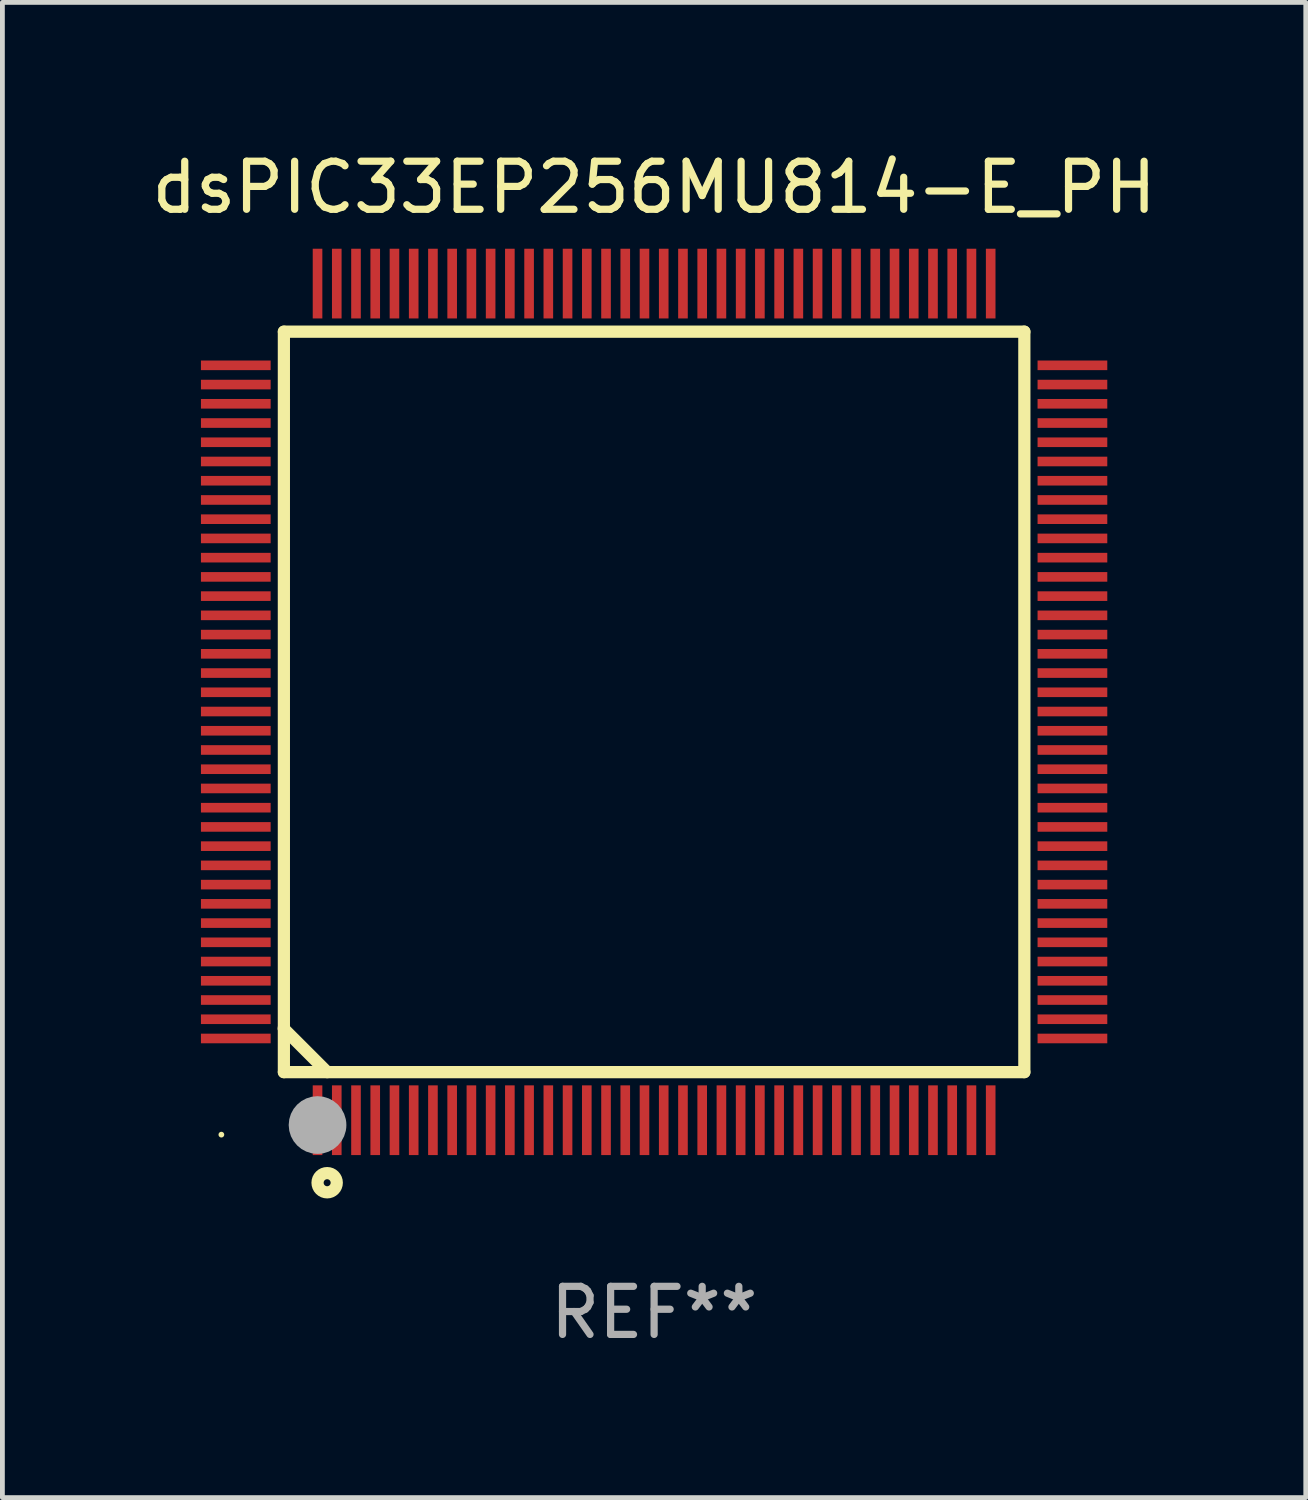
<source format=kicad_pcb>
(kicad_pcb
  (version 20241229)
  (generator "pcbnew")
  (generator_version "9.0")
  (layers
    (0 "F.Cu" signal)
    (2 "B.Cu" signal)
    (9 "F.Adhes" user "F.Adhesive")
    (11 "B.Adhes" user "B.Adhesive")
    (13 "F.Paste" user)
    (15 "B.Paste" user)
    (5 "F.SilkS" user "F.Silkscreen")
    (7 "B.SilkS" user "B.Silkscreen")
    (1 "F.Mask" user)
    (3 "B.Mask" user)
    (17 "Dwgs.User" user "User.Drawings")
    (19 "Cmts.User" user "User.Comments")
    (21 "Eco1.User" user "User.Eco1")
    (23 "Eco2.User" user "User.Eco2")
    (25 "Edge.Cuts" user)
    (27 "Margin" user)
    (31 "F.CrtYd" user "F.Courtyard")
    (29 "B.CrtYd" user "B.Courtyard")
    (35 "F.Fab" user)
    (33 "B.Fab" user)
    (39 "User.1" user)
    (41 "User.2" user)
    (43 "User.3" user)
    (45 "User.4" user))
  (footprint "dsPIC33EP256MU814-E_PH"
    (layer "F.Cu")
    (at 10.554 11.548)
    (property "Reference" "dsPIC33EP256MU814-E_PH" (at 0 -10.7 0) (layer "F.SilkS") (effects (font (size 1 1) (thickness 0.15))))
    (attr through_hole)
    (fp_line (start -7.7 -7.7) (end -7.7 7.7) (stroke (width 0.254) (type solid)) (layer "F.SilkS"))
    (fp_line (start -7.7 -7.7) (end 7.7 -7.7) (stroke (width 0.254) (type solid)) (layer "F.SilkS"))
    (fp_line (start -7.7 6.774) (end -7.7 6.798) (stroke (width 0.254) (type solid)) (layer "F.SilkS"))
    (fp_line (start -7.7 6.798) (end -6.798 7.7) (stroke (width 0.254) (type solid)) (layer "F.SilkS"))
    (fp_line (start -7.7 7.7) (end 7.7 7.7) (stroke (width 0.254) (type solid)) (layer "F.SilkS"))
    (fp_line (start 7.7 7.7) (end 7.7 -7.7) (stroke (width 0.254) (type solid)) (layer "F.SilkS"))
    (fp_circle (center -9 9) (end -8.97 9) (stroke (width 0.06) (type solid)) (fill no) (layer "F.SilkS"))
    (fp_circle (center -6.8 10) (end -6.6 10) (stroke (width 0.254) (type solid)) (fill no) (layer "F.SilkS"))
    (fp_circle (center -7 8.8) (end -6.7 8.8) (stroke (width 0.6) (type solid)) (fill no) (layer "F.Fab"))
    (fp_text user "REF**" (at 0 12.7 0) (layer "F.Fab") (effects (font (size 1 1) (thickness 0.15))))
    (pad "1" smd rect (at -7 8.7) (size 0.2 1.45) (layers "F.Cu" "F.Mask" "F.Paste"))
    (pad "2" smd rect (at -6.6 8.7) (size 0.2 1.45) (layers "F.Cu" "F.Mask" "F.Paste"))
    (pad "3" smd rect (at -6.2 8.7) (size 0.2 1.45) (layers "F.Cu" "F.Mask" "F.Paste"))
    (pad "4" smd rect (at -5.8 8.7) (size 0.2 1.45) (layers "F.Cu" "F.Mask" "F.Paste"))
    (pad "5" smd rect (at -5.4 8.7) (size 0.2 1.45) (layers "F.Cu" "F.Mask" "F.Paste"))
    (pad "6" smd rect (at -5 8.7) (size 0.2 1.45) (layers "F.Cu" "F.Mask" "F.Paste"))
    (pad "7" smd rect (at -4.6 8.7) (size 0.2 1.45) (layers "F.Cu" "F.Mask" "F.Paste"))
    (pad "8" smd rect (at -4.2 8.7) (size 0.2 1.45) (layers "F.Cu" "F.Mask" "F.Paste"))
    (pad "9" smd rect (at -3.8 8.7) (size 0.2 1.45) (layers "F.Cu" "F.Mask" "F.Paste"))
    (pad "10" smd rect (at -3.4 8.7) (size 0.2 1.45) (layers "F.Cu" "F.Mask" "F.Paste"))
    (pad "11" smd rect (at -3 8.7) (size 0.2 1.45) (layers "F.Cu" "F.Mask" "F.Paste"))
    (pad "12" smd rect (at -2.6 8.7) (size 0.2 1.45) (layers "F.Cu" "F.Mask" "F.Paste"))
    (pad "13" smd rect (at -2.2 8.7) (size 0.2 1.45) (layers "F.Cu" "F.Mask" "F.Paste"))
    (pad "14" smd rect (at -1.8 8.7) (size 0.2 1.45) (layers "F.Cu" "F.Mask" "F.Paste"))
    (pad "15" smd rect (at -1.4 8.7) (size 0.2 1.45) (layers "F.Cu" "F.Mask" "F.Paste"))
    (pad "16" smd rect (at -1 8.7) (size 0.2 1.45) (layers "F.Cu" "F.Mask" "F.Paste"))
    (pad "17" smd rect (at -0.6 8.7) (size 0.2 1.45) (layers "F.Cu" "F.Mask" "F.Paste"))
    (pad "18" smd rect (at -0.2 8.7) (size 0.2 1.45) (layers "F.Cu" "F.Mask" "F.Paste"))
    (pad "19" smd rect (at 0.2 8.7) (size 0.2 1.45) (layers "F.Cu" "F.Mask" "F.Paste"))
    (pad "20" smd rect (at 0.6 8.7) (size 0.2 1.45) (layers "F.Cu" "F.Mask" "F.Paste"))
    (pad "21" smd rect (at 1 8.7) (size 0.2 1.45) (layers "F.Cu" "F.Mask" "F.Paste"))
    (pad "22" smd rect (at 1.4 8.7) (size 0.2 1.45) (layers "F.Cu" "F.Mask" "F.Paste"))
    (pad "23" smd rect (at 1.8 8.7) (size 0.2 1.45) (layers "F.Cu" "F.Mask" "F.Paste"))
    (pad "24" smd rect (at 2.2 8.7) (size 0.2 1.45) (layers "F.Cu" "F.Mask" "F.Paste"))
    (pad "25" smd rect (at 2.6 8.7) (size 0.2 1.45) (layers "F.Cu" "F.Mask" "F.Paste"))
    (pad "26" smd rect (at 3 8.7) (size 0.2 1.45) (layers "F.Cu" "F.Mask" "F.Paste"))
    (pad "27" smd rect (at 3.4 8.7) (size 0.2 1.45) (layers "F.Cu" "F.Mask" "F.Paste"))
    (pad "28" smd rect (at 3.8 8.7) (size 0.2 1.45) (layers "F.Cu" "F.Mask" "F.Paste"))
    (pad "29" smd rect (at 4.2 8.7) (size 0.2 1.45) (layers "F.Cu" "F.Mask" "F.Paste"))
    (pad "30" smd rect (at 4.6 8.7) (size 0.2 1.45) (layers "F.Cu" "F.Mask" "F.Paste"))
    (pad "31" smd rect (at 5 8.7) (size 0.2 1.45) (layers "F.Cu" "F.Mask" "F.Paste"))
    (pad "32" smd rect (at 5.4 8.7) (size 0.2 1.45) (layers "F.Cu" "F.Mask" "F.Paste"))
    (pad "33" smd rect (at 5.8 8.7) (size 0.2 1.45) (layers "F.Cu" "F.Mask" "F.Paste"))
    (pad "34" smd rect (at 6.2 8.7) (size 0.2 1.45) (layers "F.Cu" "F.Mask" "F.Paste"))
    (pad "35" smd rect (at 6.6 8.7) (size 0.2 1.45) (layers "F.Cu" "F.Mask" "F.Paste"))
    (pad "36" smd rect (at 7 8.7) (size 0.2 1.45) (layers "F.Cu" "F.Mask" "F.Paste"))
    (pad "37" smd rect (at 8.7 7) (size 1.45 0.2) (layers "F.Cu" "F.Mask" "F.Paste"))
    (pad "38" smd rect (at 8.7 6.6) (size 1.45 0.2) (layers "F.Cu" "F.Mask" "F.Paste"))
    (pad "39" smd rect (at 8.7 6.2) (size 1.45 0.2) (layers "F.Cu" "F.Mask" "F.Paste"))
    (pad "40" smd rect (at 8.7 5.8) (size 1.45 0.2) (layers "F.Cu" "F.Mask" "F.Paste"))
    (pad "41" smd rect (at 8.7 5.4) (size 1.45 0.2) (layers "F.Cu" "F.Mask" "F.Paste"))
    (pad "42" smd rect (at 8.7 5) (size 1.45 0.2) (layers "F.Cu" "F.Mask" "F.Paste"))
    (pad "43" smd rect (at 8.7 4.6) (size 1.45 0.2) (layers "F.Cu" "F.Mask" "F.Paste"))
    (pad "44" smd rect (at 8.7 4.2) (size 1.45 0.2) (layers "F.Cu" "F.Mask" "F.Paste"))
    (pad "45" smd rect (at 8.7 3.8) (size 1.45 0.2) (layers "F.Cu" "F.Mask" "F.Paste"))
    (pad "46" smd rect (at 8.7 3.4) (size 1.45 0.2) (layers "F.Cu" "F.Mask" "F.Paste"))
    (pad "47" smd rect (at 8.7 3) (size 1.45 0.2) (layers "F.Cu" "F.Mask" "F.Paste"))
    (pad "48" smd rect (at 8.7 2.6) (size 1.45 0.2) (layers "F.Cu" "F.Mask" "F.Paste"))
    (pad "49" smd rect (at 8.7 2.2) (size 1.45 0.2) (layers "F.Cu" "F.Mask" "F.Paste"))
    (pad "50" smd rect (at 8.7 1.8) (size 1.45 0.2) (layers "F.Cu" "F.Mask" "F.Paste"))
    (pad "51" smd rect (at 8.7 1.4) (size 1.45 0.2) (layers "F.Cu" "F.Mask" "F.Paste"))
    (pad "52" smd rect (at 8.7 1) (size 1.45 0.2) (layers "F.Cu" "F.Mask" "F.Paste"))
    (pad "53" smd rect (at 8.7 0.6) (size 1.45 0.2) (layers "F.Cu" "F.Mask" "F.Paste"))
    (pad "54" smd rect (at 8.7 0.2) (size 1.45 0.2) (layers "F.Cu" "F.Mask" "F.Paste"))
    (pad "55" smd rect (at 8.7 -0.2) (size 1.45 0.2) (layers "F.Cu" "F.Mask" "F.Paste"))
    (pad "56" smd rect (at 8.7 -0.6) (size 1.45 0.2) (layers "F.Cu" "F.Mask" "F.Paste"))
    (pad "57" smd rect (at 8.7 -1) (size 1.45 0.2) (layers "F.Cu" "F.Mask" "F.Paste"))
    (pad "58" smd rect (at 8.7 -1.4) (size 1.45 0.2) (layers "F.Cu" "F.Mask" "F.Paste"))
    (pad "59" smd rect (at 8.7 -1.8) (size 1.45 0.2) (layers "F.Cu" "F.Mask" "F.Paste"))
    (pad "60" smd rect (at 8.7 -2.2) (size 1.45 0.2) (layers "F.Cu" "F.Mask" "F.Paste"))
    (pad "61" smd rect (at 8.7 -2.6) (size 1.45 0.2) (layers "F.Cu" "F.Mask" "F.Paste"))
    (pad "62" smd rect (at 8.7 -3) (size 1.45 0.2) (layers "F.Cu" "F.Mask" "F.Paste"))
    (pad "63" smd rect (at 8.7 -3.4) (size 1.45 0.2) (layers "F.Cu" "F.Mask" "F.Paste"))
    (pad "64" smd rect (at 8.7 -3.8) (size 1.45 0.2) (layers "F.Cu" "F.Mask" "F.Paste"))
    (pad "65" smd rect (at 8.7 -4.2) (size 1.45 0.2) (layers "F.Cu" "F.Mask" "F.Paste"))
    (pad "66" smd rect (at 8.7 -4.6) (size 1.45 0.2) (layers "F.Cu" "F.Mask" "F.Paste"))
    (pad "67" smd rect (at 8.7 -5) (size 1.45 0.2) (layers "F.Cu" "F.Mask" "F.Paste"))
    (pad "68" smd rect (at 8.7 -5.4) (size 1.45 0.2) (layers "F.Cu" "F.Mask" "F.Paste"))
    (pad "69" smd rect (at 8.7 -5.8) (size 1.45 0.2) (layers "F.Cu" "F.Mask" "F.Paste"))
    (pad "70" smd rect (at 8.7 -6.2) (size 1.45 0.2) (layers "F.Cu" "F.Mask" "F.Paste"))
    (pad "71" smd rect (at 8.7 -6.6) (size 1.45 0.2) (layers "F.Cu" "F.Mask" "F.Paste"))
    (pad "72" smd rect (at 8.7 -7) (size 1.45 0.2) (layers "F.Cu" "F.Mask" "F.Paste"))
    (pad "73" smd rect (at 7 -8.7) (size 0.2 1.45) (layers "F.Cu" "F.Mask" "F.Paste"))
    (pad "74" smd rect (at 6.6 -8.7) (size 0.2 1.45) (layers "F.Cu" "F.Mask" "F.Paste"))
    (pad "75" smd rect (at 6.2 -8.7) (size 0.2 1.45) (layers "F.Cu" "F.Mask" "F.Paste"))
    (pad "76" smd rect (at 5.8 -8.7) (size 0.2 1.45) (layers "F.Cu" "F.Mask" "F.Paste"))
    (pad "77" smd rect (at 5.4 -8.7) (size 0.2 1.45) (layers "F.Cu" "F.Mask" "F.Paste"))
    (pad "78" smd rect (at 5 -8.7) (size 0.2 1.45) (layers "F.Cu" "F.Mask" "F.Paste"))
    (pad "79" smd rect (at 4.6 -8.7) (size 0.2 1.45) (layers "F.Cu" "F.Mask" "F.Paste"))
    (pad "80" smd rect (at 4.2 -8.7) (size 0.2 1.45) (layers "F.Cu" "F.Mask" "F.Paste"))
    (pad "81" smd rect (at 3.8 -8.7) (size 0.2 1.45) (layers "F.Cu" "F.Mask" "F.Paste"))
    (pad "82" smd rect (at 3.4 -8.7) (size 0.2 1.45) (layers "F.Cu" "F.Mask" "F.Paste"))
    (pad "83" smd rect (at 3 -8.7) (size 0.2 1.45) (layers "F.Cu" "F.Mask" "F.Paste"))
    (pad "84" smd rect (at 2.6 -8.7) (size 0.2 1.45) (layers "F.Cu" "F.Mask" "F.Paste"))
    (pad "85" smd rect (at 2.2 -8.7) (size 0.2 1.45) (layers "F.Cu" "F.Mask" "F.Paste"))
    (pad "86" smd rect (at 1.8 -8.7) (size 0.2 1.45) (layers "F.Cu" "F.Mask" "F.Paste"))
    (pad "87" smd rect (at 1.4 -8.7) (size 0.2 1.45) (layers "F.Cu" "F.Mask" "F.Paste"))
    (pad "88" smd rect (at 1 -8.7) (size 0.2 1.45) (layers "F.Cu" "F.Mask" "F.Paste"))
    (pad "89" smd rect (at 0.6 -8.7) (size 0.2 1.45) (layers "F.Cu" "F.Mask" "F.Paste"))
    (pad "90" smd rect (at 0.2 -8.7) (size 0.2 1.45) (layers "F.Cu" "F.Mask" "F.Paste"))
    (pad "91" smd rect (at -0.2 -8.7) (size 0.2 1.45) (layers "F.Cu" "F.Mask" "F.Paste"))
    (pad "92" smd rect (at -0.6 -8.7) (size 0.2 1.45) (layers "F.Cu" "F.Mask" "F.Paste"))
    (pad "93" smd rect (at -1 -8.7) (size 0.2 1.45) (layers "F.Cu" "F.Mask" "F.Paste"))
    (pad "94" smd rect (at -1.4 -8.7) (size 0.2 1.45) (layers "F.Cu" "F.Mask" "F.Paste"))
    (pad "95" smd rect (at -1.8 -8.7) (size 0.2 1.45) (layers "F.Cu" "F.Mask" "F.Paste"))
    (pad "96" smd rect (at -2.2 -8.7) (size 0.2 1.45) (layers "F.Cu" "F.Mask" "F.Paste"))
    (pad "97" smd rect (at -2.6 -8.7) (size 0.2 1.45) (layers "F.Cu" "F.Mask" "F.Paste"))
    (pad "98" smd rect (at -3 -8.7) (size 0.2 1.45) (layers "F.Cu" "F.Mask" "F.Paste"))
    (pad "99" smd rect (at -3.4 -8.7) (size 0.2 1.45) (layers "F.Cu" "F.Mask" "F.Paste"))
    (pad "100" smd rect (at -3.8 -8.7) (size 0.2 1.45) (layers "F.Cu" "F.Mask" "F.Paste"))
    (pad "101" smd rect (at -4.2 -8.7) (size 0.2 1.45) (layers "F.Cu" "F.Mask" "F.Paste"))
    (pad "102" smd rect (at -4.6 -8.7) (size 0.2 1.45) (layers "F.Cu" "F.Mask" "F.Paste"))
    (pad "103" smd rect (at -5 -8.7) (size 0.2 1.45) (layers "F.Cu" "F.Mask" "F.Paste"))
    (pad "104" smd rect (at -5.4 -8.7) (size 0.2 1.45) (layers "F.Cu" "F.Mask" "F.Paste"))
    (pad "105" smd rect (at -5.8 -8.7) (size 0.2 1.45) (layers "F.Cu" "F.Mask" "F.Paste"))
    (pad "106" smd rect (at -6.2 -8.7) (size 0.2 1.45) (layers "F.Cu" "F.Mask" "F.Paste"))
    (pad "107" smd rect (at -6.6 -8.7) (size 0.2 1.45) (layers "F.Cu" "F.Mask" "F.Paste"))
    (pad "108" smd rect (at -7 -8.7) (size 0.2 1.45) (layers "F.Cu" "F.Mask" "F.Paste"))
    (pad "109" smd rect (at -8.7 -7) (size 1.45 0.2) (layers "F.Cu" "F.Mask" "F.Paste"))
    (pad "110" smd rect (at -8.7 -6.6) (size 1.45 0.2) (layers "F.Cu" "F.Mask" "F.Paste"))
    (pad "111" smd rect (at -8.7 -6.2) (size 1.45 0.2) (layers "F.Cu" "F.Mask" "F.Paste"))
    (pad "112" smd rect (at -8.7 -5.8) (size 1.45 0.2) (layers "F.Cu" "F.Mask" "F.Paste"))
    (pad "113" smd rect (at -8.7 -5.4) (size 1.45 0.2) (layers "F.Cu" "F.Mask" "F.Paste"))
    (pad "114" smd rect (at -8.7 -5) (size 1.45 0.2) (layers "F.Cu" "F.Mask" "F.Paste"))
    (pad "115" smd rect (at -8.7 -4.6) (size 1.45 0.2) (layers "F.Cu" "F.Mask" "F.Paste"))
    (pad "116" smd rect (at -8.7 -4.2) (size 1.45 0.2) (layers "F.Cu" "F.Mask" "F.Paste"))
    (pad "117" smd rect (at -8.7 -3.8) (size 1.45 0.2) (layers "F.Cu" "F.Mask" "F.Paste"))
    (pad "118" smd rect (at -8.7 -3.4) (size 1.45 0.2) (layers "F.Cu" "F.Mask" "F.Paste"))
    (pad "119" smd rect (at -8.7 -3) (size 1.45 0.2) (layers "F.Cu" "F.Mask" "F.Paste"))
    (pad "120" smd rect (at -8.7 -2.6) (size 1.45 0.2) (layers "F.Cu" "F.Mask" "F.Paste"))
    (pad "121" smd rect (at -8.7 -2.2) (size 1.45 0.2) (layers "F.Cu" "F.Mask" "F.Paste"))
    (pad "122" smd rect (at -8.7 -1.8) (size 1.45 0.2) (layers "F.Cu" "F.Mask" "F.Paste"))
    (pad "123" smd rect (at -8.7 -1.4) (size 1.45 0.2) (layers "F.Cu" "F.Mask" "F.Paste"))
    (pad "124" smd rect (at -8.7 -1) (size 1.45 0.2) (layers "F.Cu" "F.Mask" "F.Paste"))
    (pad "125" smd rect (at -8.7 -0.6) (size 1.45 0.2) (layers "F.Cu" "F.Mask" "F.Paste"))
    (pad "126" smd rect (at -8.7 -0.2) (size 1.45 0.2) (layers "F.Cu" "F.Mask" "F.Paste"))
    (pad "127" smd rect (at -8.7 0.2) (size 1.45 0.2) (layers "F.Cu" "F.Mask" "F.Paste"))
    (pad "128" smd rect (at -8.7 0.6) (size 1.45 0.2) (layers "F.Cu" "F.Mask" "F.Paste"))
    (pad "129" smd rect (at -8.7 1) (size 1.45 0.2) (layers "F.Cu" "F.Mask" "F.Paste"))
    (pad "130" smd rect (at -8.7 1.4) (size 1.45 0.2) (layers "F.Cu" "F.Mask" "F.Paste"))
    (pad "131" smd rect (at -8.7 1.8) (size 1.45 0.2) (layers "F.Cu" "F.Mask" "F.Paste"))
    (pad "132" smd rect (at -8.7 2.2) (size 1.45 0.2) (layers "F.Cu" "F.Mask" "F.Paste"))
    (pad "133" smd rect (at -8.7 2.6) (size 1.45 0.2) (layers "F.Cu" "F.Mask" "F.Paste"))
    (pad "134" smd rect (at -8.7 3) (size 1.45 0.2) (layers "F.Cu" "F.Mask" "F.Paste"))
    (pad "135" smd rect (at -8.7 3.4) (size 1.45 0.2) (layers "F.Cu" "F.Mask" "F.Paste"))
    (pad "136" smd rect (at -8.7 3.8) (size 1.45 0.2) (layers "F.Cu" "F.Mask" "F.Paste"))
    (pad "137" smd rect (at -8.7 4.2) (size 1.45 0.2) (layers "F.Cu" "F.Mask" "F.Paste"))
    (pad "138" smd rect (at -8.7 4.6) (size 1.45 0.2) (layers "F.Cu" "F.Mask" "F.Paste"))
    (pad "139" smd rect (at -8.7 5) (size 1.45 0.2) (layers "F.Cu" "F.Mask" "F.Paste"))
    (pad "140" smd rect (at -8.7 5.4) (size 1.45 0.2) (layers "F.Cu" "F.Mask" "F.Paste"))
    (pad "141" smd rect (at -8.7 5.8) (size 1.45 0.2) (layers "F.Cu" "F.Mask" "F.Paste"))
    (pad "142" smd rect (at -8.7 6.2) (size 1.45 0.2) (layers "F.Cu" "F.Mask" "F.Paste"))
    (pad "143" smd rect (at -8.7 6.6) (size 1.45 0.2) (layers "F.Cu" "F.Mask" "F.Paste"))
    (pad "144" smd rect (at -8.7 7) (size 1.45 0.2) (layers "F.Cu" "F.Mask" "F.Paste")))
  (gr_rect
    (start -3 -3)
    (end 24.107 28.096)
    (stroke (width 0.1) (type default))
    (fill no)
    (layer "Edge.Cuts")))
</source>
